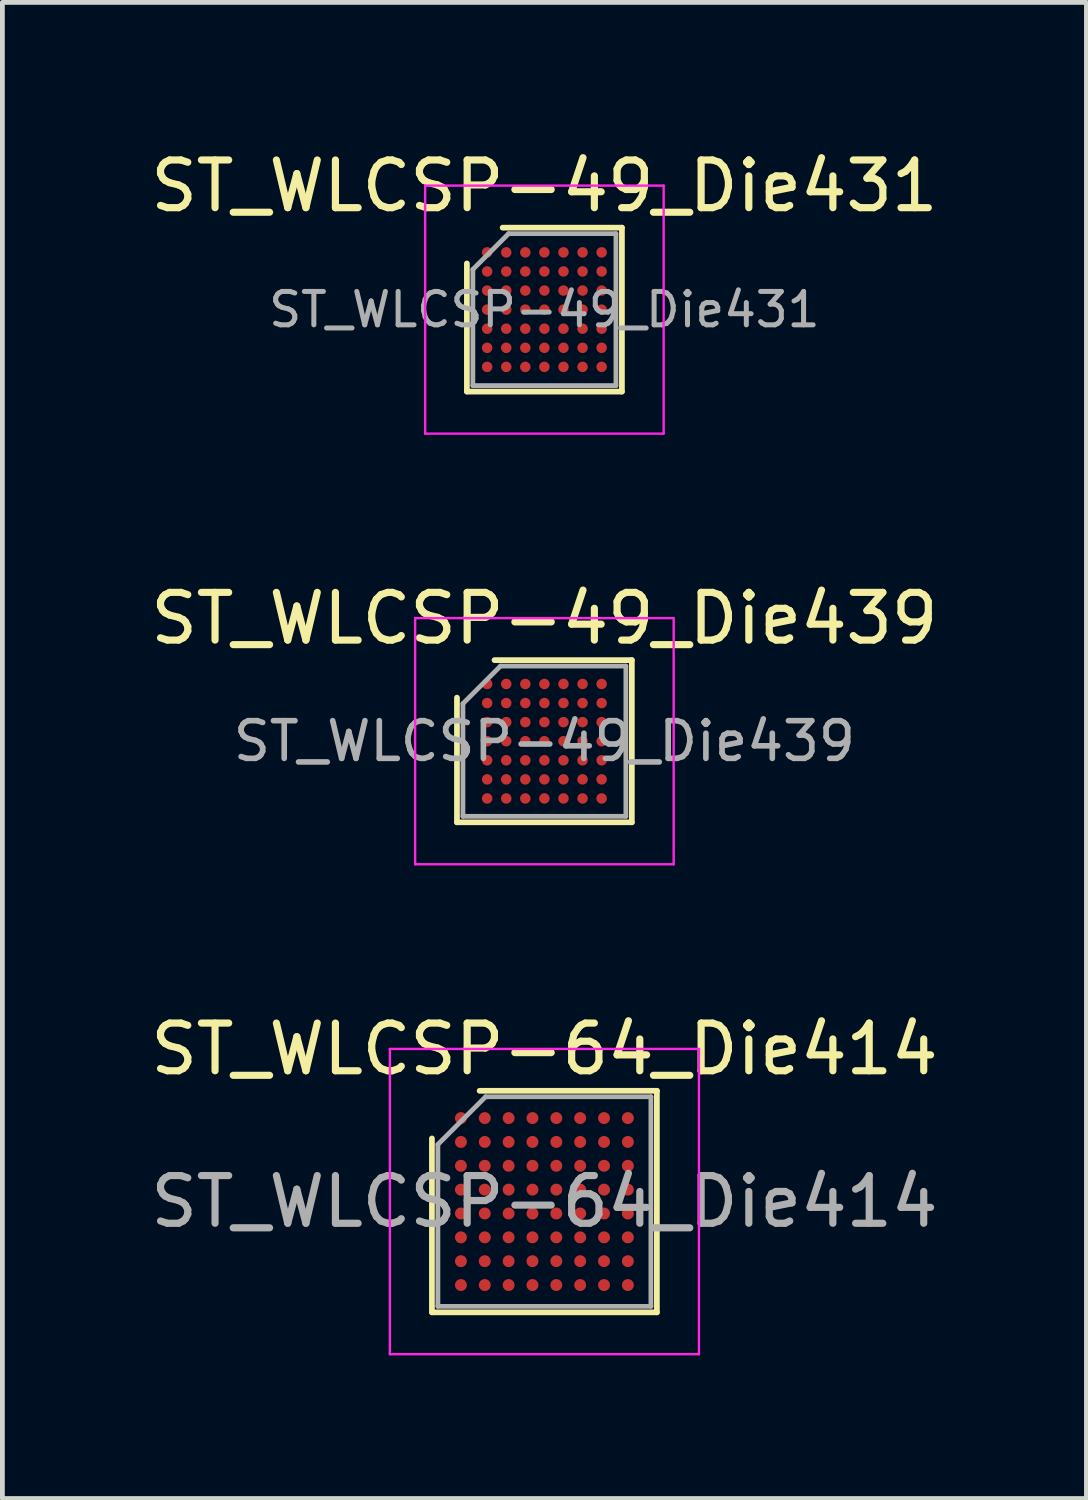
<source format=kicad_pcb>
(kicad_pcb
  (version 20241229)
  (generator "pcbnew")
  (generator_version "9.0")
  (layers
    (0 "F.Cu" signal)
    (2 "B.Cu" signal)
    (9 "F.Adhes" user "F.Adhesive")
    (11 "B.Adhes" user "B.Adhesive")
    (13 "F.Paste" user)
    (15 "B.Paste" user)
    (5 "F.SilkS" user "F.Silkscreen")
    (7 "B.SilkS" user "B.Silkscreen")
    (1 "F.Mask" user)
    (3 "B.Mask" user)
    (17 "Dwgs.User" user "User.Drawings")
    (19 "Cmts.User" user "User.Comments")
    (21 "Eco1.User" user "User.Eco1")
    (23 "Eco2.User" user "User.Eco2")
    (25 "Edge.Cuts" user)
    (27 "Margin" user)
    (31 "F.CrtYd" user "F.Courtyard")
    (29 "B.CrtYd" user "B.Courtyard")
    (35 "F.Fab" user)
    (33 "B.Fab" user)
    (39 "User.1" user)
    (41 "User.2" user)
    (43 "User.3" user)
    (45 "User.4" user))
  (footprint "ST_WLCSP-64_Die414"
    (layer "F.Cu")
    (at 8.363 22.14)
    (property "Reference" "ST_WLCSP-64_Die414" (at 0 -3.197 0) (layer "F.SilkS") (effects (font (size 1 1) (thickness 0.15))))
    (attr smd)
    (fp_line (start -2.358 2.322) (end -2.358 -1.323) (stroke (width 0.12) (type solid)) (layer "F.SilkS"))
    (fp_line (start -1.358 -2.322) (end 2.358 -2.322) (stroke (width 0.12) (type solid)) (layer "F.SilkS"))
    (fp_line (start 2.358 -2.322) (end 2.358 2.322) (stroke (width 0.12) (type solid)) (layer "F.SilkS"))
    (fp_line (start 2.358 2.322) (end -2.358 2.322) (stroke (width 0.12) (type solid)) (layer "F.SilkS"))
    (fp_line (start -3.24 -3.2) (end -3.24 3.2) (stroke (width 0.05) (type solid)) (layer "F.CrtYd"))
    (fp_line (start -3.24 3.2) (end 3.24 3.2) (stroke (width 0.05) (type solid)) (layer "F.CrtYd"))
    (fp_line (start 3.24 -3.2) (end -3.24 -3.2) (stroke (width 0.05) (type solid)) (layer "F.CrtYd"))
    (fp_line (start 3.24 3.2) (end 3.24 -3.2) (stroke (width 0.05) (type solid)) (layer "F.CrtYd"))
    (fp_line (start -2.233 -1.198) (end -1.233 -2.197) (stroke (width 0.1) (type solid)) (layer "F.Fab"))
    (fp_line (start -2.233 2.197) (end -2.233 -1.198) (stroke (width 0.1) (type solid)) (layer "F.Fab"))
    (fp_line (start -1.233 -2.197) (end 2.233 -2.197) (stroke (width 0.1) (type solid)) (layer "F.Fab"))
    (fp_line (start 2.233 -2.197) (end 2.233 2.197) (stroke (width 0.1) (type solid)) (layer "F.Fab"))
    (fp_line (start 2.233 2.197) (end -2.233 2.197) (stroke (width 0.1) (type solid)) (layer "F.Fab"))
    (fp_text user "${REFERENCE}" (at 0 0 0) (layer "F.Fab") (effects (font (size 1 1) (thickness 0.15))))
    (pad "A1" smd circle (at -1.75 -1.75) (size 0.25 0.25) (layers "F.Cu" "F.Mask" "F.Paste"))
    (pad "A2" smd circle (at -1.25 -1.75) (size 0.25 0.25) (layers "F.Cu" "F.Mask" "F.Paste"))
    (pad "A3" smd circle (at -0.75 -1.75) (size 0.25 0.25) (layers "F.Cu" "F.Mask" "F.Paste"))
    (pad "A4" smd circle (at -0.25 -1.75) (size 0.25 0.25) (layers "F.Cu" "F.Mask" "F.Paste"))
    (pad "A5" smd circle (at 0.25 -1.75) (size 0.25 0.25) (layers "F.Cu" "F.Mask" "F.Paste"))
    (pad "A6" smd circle (at 0.75 -1.75) (size 0.25 0.25) (layers "F.Cu" "F.Mask" "F.Paste"))
    (pad "A7" smd circle (at 1.25 -1.75) (size 0.25 0.25) (layers "F.Cu" "F.Mask" "F.Paste"))
    (pad "A8" smd circle (at 1.75 -1.75) (size 0.25 0.25) (layers "F.Cu" "F.Mask" "F.Paste"))
    (pad "B1" smd circle (at -1.75 -1.25) (size 0.25 0.25) (layers "F.Cu" "F.Mask" "F.Paste"))
    (pad "B2" smd circle (at -1.25 -1.25) (size 0.25 0.25) (layers "F.Cu" "F.Mask" "F.Paste"))
    (pad "B3" smd circle (at -0.75 -1.25) (size 0.25 0.25) (layers "F.Cu" "F.Mask" "F.Paste"))
    (pad "B4" smd circle (at -0.25 -1.25) (size 0.25 0.25) (layers "F.Cu" "F.Mask" "F.Paste"))
    (pad "B5" smd circle (at 0.25 -1.25) (size 0.25 0.25) (layers "F.Cu" "F.Mask" "F.Paste"))
    (pad "B6" smd circle (at 0.75 -1.25) (size 0.25 0.25) (layers "F.Cu" "F.Mask" "F.Paste"))
    (pad "B7" smd circle (at 1.25 -1.25) (size 0.25 0.25) (layers "F.Cu" "F.Mask" "F.Paste"))
    (pad "B8" smd circle (at 1.75 -1.25) (size 0.25 0.25) (layers "F.Cu" "F.Mask" "F.Paste"))
    (pad "C1" smd circle (at -1.75 -0.75) (size 0.25 0.25) (layers "F.Cu" "F.Mask" "F.Paste"))
    (pad "C2" smd circle (at -1.25 -0.75) (size 0.25 0.25) (layers "F.Cu" "F.Mask" "F.Paste"))
    (pad "C3" smd circle (at -0.75 -0.75) (size 0.25 0.25) (layers "F.Cu" "F.Mask" "F.Paste"))
    (pad "C4" smd circle (at -0.25 -0.75) (size 0.25 0.25) (layers "F.Cu" "F.Mask" "F.Paste"))
    (pad "C5" smd circle (at 0.25 -0.75) (size 0.25 0.25) (layers "F.Cu" "F.Mask" "F.Paste"))
    (pad "C6" smd circle (at 0.75 -0.75) (size 0.25 0.25) (layers "F.Cu" "F.Mask" "F.Paste"))
    (pad "C7" smd circle (at 1.25 -0.75) (size 0.25 0.25) (layers "F.Cu" "F.Mask" "F.Paste"))
    (pad "C8" smd circle (at 1.75 -0.75) (size 0.25 0.25) (layers "F.Cu" "F.Mask" "F.Paste"))
    (pad "D1" smd circle (at -1.75 -0.25) (size 0.25 0.25) (layers "F.Cu" "F.Mask" "F.Paste"))
    (pad "D2" smd circle (at -1.25 -0.25) (size 0.25 0.25) (layers "F.Cu" "F.Mask" "F.Paste"))
    (pad "D3" smd circle (at -0.75 -0.25) (size 0.25 0.25) (layers "F.Cu" "F.Mask" "F.Paste"))
    (pad "D4" smd circle (at -0.25 -0.25) (size 0.25 0.25) (layers "F.Cu" "F.Mask" "F.Paste"))
    (pad "D5" smd circle (at 0.25 -0.25) (size 0.25 0.25) (layers "F.Cu" "F.Mask" "F.Paste"))
    (pad "D6" smd circle (at 0.75 -0.25) (size 0.25 0.25) (layers "F.Cu" "F.Mask" "F.Paste"))
    (pad "D7" smd circle (at 1.25 -0.25) (size 0.25 0.25) (layers "F.Cu" "F.Mask" "F.Paste"))
    (pad "D8" smd circle (at 1.75 -0.25) (size 0.25 0.25) (layers "F.Cu" "F.Mask" "F.Paste"))
    (pad "E1" smd circle (at -1.75 0.25) (size 0.25 0.25) (layers "F.Cu" "F.Mask" "F.Paste"))
    (pad "E2" smd circle (at -1.25 0.25) (size 0.25 0.25) (layers "F.Cu" "F.Mask" "F.Paste"))
    (pad "E3" smd circle (at -0.75 0.25) (size 0.25 0.25) (layers "F.Cu" "F.Mask" "F.Paste"))
    (pad "E4" smd circle (at -0.25 0.25) (size 0.25 0.25) (layers "F.Cu" "F.Mask" "F.Paste"))
    (pad "E5" smd circle (at 0.25 0.25) (size 0.25 0.25) (layers "F.Cu" "F.Mask" "F.Paste"))
    (pad "E6" smd circle (at 0.75 0.25) (size 0.25 0.25) (layers "F.Cu" "F.Mask" "F.Paste"))
    (pad "E7" smd circle (at 1.25 0.25) (size 0.25 0.25) (layers "F.Cu" "F.Mask" "F.Paste"))
    (pad "E8" smd circle (at 1.75 0.25) (size 0.25 0.25) (layers "F.Cu" "F.Mask" "F.Paste"))
    (pad "F1" smd circle (at -1.75 0.75) (size 0.25 0.25) (layers "F.Cu" "F.Mask" "F.Paste"))
    (pad "F2" smd circle (at -1.25 0.75) (size 0.25 0.25) (layers "F.Cu" "F.Mask" "F.Paste"))
    (pad "F3" smd circle (at -0.75 0.75) (size 0.25 0.25) (layers "F.Cu" "F.Mask" "F.Paste"))
    (pad "F4" smd circle (at -0.25 0.75) (size 0.25 0.25) (layers "F.Cu" "F.Mask" "F.Paste"))
    (pad "F5" smd circle (at 0.25 0.75) (size 0.25 0.25) (layers "F.Cu" "F.Mask" "F.Paste"))
    (pad "F6" smd circle (at 0.75 0.75) (size 0.25 0.25) (layers "F.Cu" "F.Mask" "F.Paste"))
    (pad "F7" smd circle (at 1.25 0.75) (size 0.25 0.25) (layers "F.Cu" "F.Mask" "F.Paste"))
    (pad "F8" smd circle (at 1.75 0.75) (size 0.25 0.25) (layers "F.Cu" "F.Mask" "F.Paste"))
    (pad "G1" smd circle (at -1.75 1.25) (size 0.25 0.25) (layers "F.Cu" "F.Mask" "F.Paste"))
    (pad "G2" smd circle (at -1.25 1.25) (size 0.25 0.25) (layers "F.Cu" "F.Mask" "F.Paste"))
    (pad "G3" smd circle (at -0.75 1.25) (size 0.25 0.25) (layers "F.Cu" "F.Mask" "F.Paste"))
    (pad "G4" smd circle (at -0.25 1.25) (size 0.25 0.25) (layers "F.Cu" "F.Mask" "F.Paste"))
    (pad "G5" smd circle (at 0.25 1.25) (size 0.25 0.25) (layers "F.Cu" "F.Mask" "F.Paste"))
    (pad "G6" smd circle (at 0.75 1.25) (size 0.25 0.25) (layers "F.Cu" "F.Mask" "F.Paste"))
    (pad "G7" smd circle (at 1.25 1.25) (size 0.25 0.25) (layers "F.Cu" "F.Mask" "F.Paste"))
    (pad "G8" smd circle (at 1.75 1.25) (size 0.25 0.25) (layers "F.Cu" "F.Mask" "F.Paste"))
    (pad "H1" smd circle (at -1.75 1.75) (size 0.25 0.25) (layers "F.Cu" "F.Mask" "F.Paste"))
    (pad "H2" smd circle (at -1.25 1.75) (size 0.25 0.25) (layers "F.Cu" "F.Mask" "F.Paste"))
    (pad "H3" smd circle (at -0.75 1.75) (size 0.25 0.25) (layers "F.Cu" "F.Mask" "F.Paste"))
    (pad "H4" smd circle (at -0.25 1.75) (size 0.25 0.25) (layers "F.Cu" "F.Mask" "F.Paste"))
    (pad "H5" smd circle (at 0.25 1.75) (size 0.25 0.25) (layers "F.Cu" "F.Mask" "F.Paste"))
    (pad "H6" smd circle (at 0.75 1.75) (size 0.25 0.25) (layers "F.Cu" "F.Mask" "F.Paste"))
    (pad "H7" smd circle (at 1.25 1.75) (size 0.25 0.25) (layers "F.Cu" "F.Mask" "F.Paste"))
    (pad "H8" smd circle (at 1.75 1.75) (size 0.25 0.25) (layers "F.Cu" "F.Mask" "F.Paste")))
  (footprint "ST_WLCSP-49_Die431"
    (layer "F.Cu")
    (at 8.363 3.441)
    (property "Reference" "ST_WLCSP-49_Die431" (at 0 -2.592 0) (layer "F.SilkS") (effects (font (size 1 1) (thickness 0.15))))
    (attr smd)
    (fp_line (start -1.625 1.718) (end -1.625 -0.968) (stroke (width 0.12) (type solid)) (layer "F.SilkS"))
    (fp_line (start -0.875 -1.718) (end 1.625 -1.718) (stroke (width 0.12) (type solid)) (layer "F.SilkS"))
    (fp_line (start 1.625 -1.718) (end 1.625 1.718) (stroke (width 0.12) (type solid)) (layer "F.SilkS"))
    (fp_line (start 1.625 1.718) (end -1.625 1.718) (stroke (width 0.12) (type solid)) (layer "F.SilkS"))
    (fp_line (start -2.5 -2.6) (end -2.5 2.6) (stroke (width 0.05) (type solid)) (layer "F.CrtYd"))
    (fp_line (start -2.5 2.6) (end 2.5 2.6) (stroke (width 0.05) (type solid)) (layer "F.CrtYd"))
    (fp_line (start 2.5 -2.6) (end -2.5 -2.6) (stroke (width 0.05) (type solid)) (layer "F.CrtYd"))
    (fp_line (start 2.5 2.6) (end 2.5 -2.6) (stroke (width 0.05) (type solid)) (layer "F.CrtYd"))
    (fp_line (start -1.5 -0.843) (end -0.75 -1.593) (stroke (width 0.1) (type solid)) (layer "F.Fab"))
    (fp_line (start -1.5 1.593) (end -1.5 -0.843) (stroke (width 0.1) (type solid)) (layer "F.Fab"))
    (fp_line (start -0.75 -1.593) (end 1.5 -1.593) (stroke (width 0.1) (type solid)) (layer "F.Fab"))
    (fp_line (start 1.5 -1.593) (end 1.5 1.593) (stroke (width 0.1) (type solid)) (layer "F.Fab"))
    (fp_line (start 1.5 1.593) (end -1.5 1.593) (stroke (width 0.1) (type solid)) (layer "F.Fab"))
    (fp_text user "${REFERENCE}" (at 0 0 0) (layer "F.Fab") (effects (font (size 0.7 0.7) (thickness 0.105))))
    (pad "A1" smd circle (at -1.2 -1.2) (size 0.22 0.22) (layers "F.Cu" "F.Mask" "F.Paste"))
    (pad "A2" smd circle (at -0.8 -1.2) (size 0.22 0.22) (layers "F.Cu" "F.Mask" "F.Paste"))
    (pad "A3" smd circle (at -0.4 -1.2) (size 0.22 0.22) (layers "F.Cu" "F.Mask" "F.Paste"))
    (pad "A4" smd circle (at 0 -1.2) (size 0.22 0.22) (layers "F.Cu" "F.Mask" "F.Paste"))
    (pad "A5" smd circle (at 0.4 -1.2) (size 0.22 0.22) (layers "F.Cu" "F.Mask" "F.Paste"))
    (pad "A6" smd circle (at 0.8 -1.2) (size 0.22 0.22) (layers "F.Cu" "F.Mask" "F.Paste"))
    (pad "A7" smd circle (at 1.2 -1.2) (size 0.22 0.22) (layers "F.Cu" "F.Mask" "F.Paste"))
    (pad "B1" smd circle (at -1.2 -0.8) (size 0.22 0.22) (layers "F.Cu" "F.Mask" "F.Paste"))
    (pad "B2" smd circle (at -0.8 -0.8) (size 0.22 0.22) (layers "F.Cu" "F.Mask" "F.Paste"))
    (pad "B3" smd circle (at -0.4 -0.8) (size 0.22 0.22) (layers "F.Cu" "F.Mask" "F.Paste"))
    (pad "B4" smd circle (at 0 -0.8) (size 0.22 0.22) (layers "F.Cu" "F.Mask" "F.Paste"))
    (pad "B5" smd circle (at 0.4 -0.8) (size 0.22 0.22) (layers "F.Cu" "F.Mask" "F.Paste"))
    (pad "B6" smd circle (at 0.8 -0.8) (size 0.22 0.22) (layers "F.Cu" "F.Mask" "F.Paste"))
    (pad "B7" smd circle (at 1.2 -0.8) (size 0.22 0.22) (layers "F.Cu" "F.Mask" "F.Paste"))
    (pad "C1" smd circle (at -1.2 -0.4) (size 0.22 0.22) (layers "F.Cu" "F.Mask" "F.Paste"))
    (pad "C2" smd circle (at -0.8 -0.4) (size 0.22 0.22) (layers "F.Cu" "F.Mask" "F.Paste"))
    (pad "C3" smd circle (at -0.4 -0.4) (size 0.22 0.22) (layers "F.Cu" "F.Mask" "F.Paste"))
    (pad "C4" smd circle (at 0 -0.4) (size 0.22 0.22) (layers "F.Cu" "F.Mask" "F.Paste"))
    (pad "C5" smd circle (at 0.4 -0.4) (size 0.22 0.22) (layers "F.Cu" "F.Mask" "F.Paste"))
    (pad "C6" smd circle (at 0.8 -0.4) (size 0.22 0.22) (layers "F.Cu" "F.Mask" "F.Paste"))
    (pad "C7" smd circle (at 1.2 -0.4) (size 0.22 0.22) (layers "F.Cu" "F.Mask" "F.Paste"))
    (pad "D1" smd circle (at -1.2 0) (size 0.22 0.22) (layers "F.Cu" "F.Mask" "F.Paste"))
    (pad "D2" smd circle (at -0.8 0) (size 0.22 0.22) (layers "F.Cu" "F.Mask" "F.Paste"))
    (pad "D3" smd circle (at -0.4 0) (size 0.22 0.22) (layers "F.Cu" "F.Mask" "F.Paste"))
    (pad "D4" smd circle (at 0 0) (size 0.22 0.22) (layers "F.Cu" "F.Mask" "F.Paste"))
    (pad "D5" smd circle (at 0.4 0) (size 0.22 0.22) (layers "F.Cu" "F.Mask" "F.Paste"))
    (pad "D6" smd circle (at 0.8 0) (size 0.22 0.22) (layers "F.Cu" "F.Mask" "F.Paste"))
    (pad "D7" smd circle (at 1.2 0) (size 0.22 0.22) (layers "F.Cu" "F.Mask" "F.Paste"))
    (pad "E1" smd circle (at -1.2 0.4) (size 0.22 0.22) (layers "F.Cu" "F.Mask" "F.Paste"))
    (pad "E2" smd circle (at -0.8 0.4) (size 0.22 0.22) (layers "F.Cu" "F.Mask" "F.Paste"))
    (pad "E3" smd circle (at -0.4 0.4) (size 0.22 0.22) (layers "F.Cu" "F.Mask" "F.Paste"))
    (pad "E4" smd circle (at 0 0.4) (size 0.22 0.22) (layers "F.Cu" "F.Mask" "F.Paste"))
    (pad "E5" smd circle (at 0.4 0.4) (size 0.22 0.22) (layers "F.Cu" "F.Mask" "F.Paste"))
    (pad "E6" smd circle (at 0.8 0.4) (size 0.22 0.22) (layers "F.Cu" "F.Mask" "F.Paste"))
    (pad "E7" smd circle (at 1.2 0.4) (size 0.22 0.22) (layers "F.Cu" "F.Mask" "F.Paste"))
    (pad "F1" smd circle (at -1.2 0.8) (size 0.22 0.22) (layers "F.Cu" "F.Mask" "F.Paste"))
    (pad "F2" smd circle (at -0.8 0.8) (size 0.22 0.22) (layers "F.Cu" "F.Mask" "F.Paste"))
    (pad "F3" smd circle (at -0.4 0.8) (size 0.22 0.22) (layers "F.Cu" "F.Mask" "F.Paste"))
    (pad "F4" smd circle (at 0 0.8) (size 0.22 0.22) (layers "F.Cu" "F.Mask" "F.Paste"))
    (pad "F5" smd circle (at 0.4 0.8) (size 0.22 0.22) (layers "F.Cu" "F.Mask" "F.Paste"))
    (pad "F6" smd circle (at 0.8 0.8) (size 0.22 0.22) (layers "F.Cu" "F.Mask" "F.Paste"))
    (pad "F7" smd circle (at 1.2 0.8) (size 0.22 0.22) (layers "F.Cu" "F.Mask" "F.Paste"))
    (pad "G1" smd circle (at -1.2 1.2) (size 0.22 0.22) (layers "F.Cu" "F.Mask" "F.Paste"))
    (pad "G2" smd circle (at -0.8 1.2) (size 0.22 0.22) (layers "F.Cu" "F.Mask" "F.Paste"))
    (pad "G3" smd circle (at -0.4 1.2) (size 0.22 0.22) (layers "F.Cu" "F.Mask" "F.Paste"))
    (pad "G4" smd circle (at 0 1.2) (size 0.22 0.22) (layers "F.Cu" "F.Mask" "F.Paste"))
    (pad "G5" smd circle (at 0.4 1.2) (size 0.22 0.22) (layers "F.Cu" "F.Mask" "F.Paste"))
    (pad "G6" smd circle (at 0.8 1.2) (size 0.22 0.22) (layers "F.Cu" "F.Mask" "F.Paste"))
    (pad "G7" smd circle (at 1.2 1.2) (size 0.22 0.22) (layers "F.Cu" "F.Mask" "F.Paste")))
  (footprint "ST_WLCSP-49_Die439"
    (layer "F.Cu")
    (at 8.363 12.489)
    (property "Reference" "ST_WLCSP-49_Die439" (at 0 -2.575 0) (layer "F.SilkS") (effects (font (size 1 1) (thickness 0.15))))
    (attr smd)
    (fp_line (start -1.833 1.7) (end -1.833 -0.913) (stroke (width 0.12) (type solid)) (layer "F.SilkS"))
    (fp_line (start -1.046 -1.7) (end 1.833 -1.7) (stroke (width 0.12) (type solid)) (layer "F.SilkS"))
    (fp_line (start 1.833 -1.7) (end 1.833 1.7) (stroke (width 0.12) (type solid)) (layer "F.SilkS"))
    (fp_line (start 1.833 1.7) (end -1.833 1.7) (stroke (width 0.12) (type solid)) (layer "F.SilkS"))
    (fp_line (start -2.71 -2.58) (end -2.71 2.58) (stroke (width 0.05) (type solid)) (layer "F.CrtYd"))
    (fp_line (start -2.71 2.58) (end 2.71 2.58) (stroke (width 0.05) (type solid)) (layer "F.CrtYd"))
    (fp_line (start 2.71 -2.58) (end -2.71 -2.58) (stroke (width 0.05) (type solid)) (layer "F.CrtYd"))
    (fp_line (start 2.71 2.58) (end 2.71 -2.58) (stroke (width 0.05) (type solid)) (layer "F.CrtYd"))
    (fp_line (start -1.708 -0.788) (end -0.921 -1.575) (stroke (width 0.1) (type solid)) (layer "F.Fab"))
    (fp_line (start -1.708 1.575) (end -1.708 -0.788) (stroke (width 0.1) (type solid)) (layer "F.Fab"))
    (fp_line (start -0.921 -1.575) (end 1.708 -1.575) (stroke (width 0.1) (type solid)) (layer "F.Fab"))
    (fp_line (start 1.708 -1.575) (end 1.708 1.575) (stroke (width 0.1) (type solid)) (layer "F.Fab"))
    (fp_line (start 1.708 1.575) (end -1.708 1.575) (stroke (width 0.1) (type solid)) (layer "F.Fab"))
    (fp_text user "${REFERENCE}" (at 0 0 0) (layer "F.Fab") (effects (font (size 0.79 0.79) (thickness 0.118))))
    (pad "A1" smd circle (at -1.2 -1.2) (size 0.22 0.22) (layers "F.Cu" "F.Mask" "F.Paste"))
    (pad "A2" smd circle (at -0.8 -1.2) (size 0.22 0.22) (layers "F.Cu" "F.Mask" "F.Paste"))
    (pad "A3" smd circle (at -0.4 -1.2) (size 0.22 0.22) (layers "F.Cu" "F.Mask" "F.Paste"))
    (pad "A4" smd circle (at 0 -1.2) (size 0.22 0.22) (layers "F.Cu" "F.Mask" "F.Paste"))
    (pad "A5" smd circle (at 0.4 -1.2) (size 0.22 0.22) (layers "F.Cu" "F.Mask" "F.Paste"))
    (pad "A6" smd circle (at 0.8 -1.2) (size 0.22 0.22) (layers "F.Cu" "F.Mask" "F.Paste"))
    (pad "A7" smd circle (at 1.2 -1.2) (size 0.22 0.22) (layers "F.Cu" "F.Mask" "F.Paste"))
    (pad "B1" smd circle (at -1.2 -0.8) (size 0.22 0.22) (layers "F.Cu" "F.Mask" "F.Paste"))
    (pad "B2" smd circle (at -0.8 -0.8) (size 0.22 0.22) (layers "F.Cu" "F.Mask" "F.Paste"))
    (pad "B3" smd circle (at -0.4 -0.8) (size 0.22 0.22) (layers "F.Cu" "F.Mask" "F.Paste"))
    (pad "B4" smd circle (at 0 -0.8) (size 0.22 0.22) (layers "F.Cu" "F.Mask" "F.Paste"))
    (pad "B5" smd circle (at 0.4 -0.8) (size 0.22 0.22) (layers "F.Cu" "F.Mask" "F.Paste"))
    (pad "B6" smd circle (at 0.8 -0.8) (size 0.22 0.22) (layers "F.Cu" "F.Mask" "F.Paste"))
    (pad "B7" smd circle (at 1.2 -0.8) (size 0.22 0.22) (layers "F.Cu" "F.Mask" "F.Paste"))
    (pad "C1" smd circle (at -1.2 -0.4) (size 0.22 0.22) (layers "F.Cu" "F.Mask" "F.Paste"))
    (pad "C2" smd circle (at -0.8 -0.4) (size 0.22 0.22) (layers "F.Cu" "F.Mask" "F.Paste"))
    (pad "C3" smd circle (at -0.4 -0.4) (size 0.22 0.22) (layers "F.Cu" "F.Mask" "F.Paste"))
    (pad "C4" smd circle (at 0 -0.4) (size 0.22 0.22) (layers "F.Cu" "F.Mask" "F.Paste"))
    (pad "C5" smd circle (at 0.4 -0.4) (size 0.22 0.22) (layers "F.Cu" "F.Mask" "F.Paste"))
    (pad "C6" smd circle (at 0.8 -0.4) (size 0.22 0.22) (layers "F.Cu" "F.Mask" "F.Paste"))
    (pad "C7" smd circle (at 1.2 -0.4) (size 0.22 0.22) (layers "F.Cu" "F.Mask" "F.Paste"))
    (pad "D1" smd circle (at -1.2 0) (size 0.22 0.22) (layers "F.Cu" "F.Mask" "F.Paste"))
    (pad "D2" smd circle (at -0.8 0) (size 0.22 0.22) (layers "F.Cu" "F.Mask" "F.Paste"))
    (pad "D3" smd circle (at -0.4 0) (size 0.22 0.22) (layers "F.Cu" "F.Mask" "F.Paste"))
    (pad "D4" smd circle (at 0 0) (size 0.22 0.22) (layers "F.Cu" "F.Mask" "F.Paste"))
    (pad "D5" smd circle (at 0.4 0) (size 0.22 0.22) (layers "F.Cu" "F.Mask" "F.Paste"))
    (pad "D6" smd circle (at 0.8 0) (size 0.22 0.22) (layers "F.Cu" "F.Mask" "F.Paste"))
    (pad "D7" smd circle (at 1.2 0) (size 0.22 0.22) (layers "F.Cu" "F.Mask" "F.Paste"))
    (pad "E1" smd circle (at -1.2 0.4) (size 0.22 0.22) (layers "F.Cu" "F.Mask" "F.Paste"))
    (pad "E2" smd circle (at -0.8 0.4) (size 0.22 0.22) (layers "F.Cu" "F.Mask" "F.Paste"))
    (pad "E3" smd circle (at -0.4 0.4) (size 0.22 0.22) (layers "F.Cu" "F.Mask" "F.Paste"))
    (pad "E4" smd circle (at 0 0.4) (size 0.22 0.22) (layers "F.Cu" "F.Mask" "F.Paste"))
    (pad "E5" smd circle (at 0.4 0.4) (size 0.22 0.22) (layers "F.Cu" "F.Mask" "F.Paste"))
    (pad "E6" smd circle (at 0.8 0.4) (size 0.22 0.22) (layers "F.Cu" "F.Mask" "F.Paste"))
    (pad "E7" smd circle (at 1.2 0.4) (size 0.22 0.22) (layers "F.Cu" "F.Mask" "F.Paste"))
    (pad "F1" smd circle (at -1.2 0.8) (size 0.22 0.22) (layers "F.Cu" "F.Mask" "F.Paste"))
    (pad "F2" smd circle (at -0.8 0.8) (size 0.22 0.22) (layers "F.Cu" "F.Mask" "F.Paste"))
    (pad "F3" smd circle (at -0.4 0.8) (size 0.22 0.22) (layers "F.Cu" "F.Mask" "F.Paste"))
    (pad "F4" smd circle (at 0 0.8) (size 0.22 0.22) (layers "F.Cu" "F.Mask" "F.Paste"))
    (pad "F5" smd circle (at 0.4 0.8) (size 0.22 0.22) (layers "F.Cu" "F.Mask" "F.Paste"))
    (pad "F6" smd circle (at 0.8 0.8) (size 0.22 0.22) (layers "F.Cu" "F.Mask" "F.Paste"))
    (pad "F7" smd circle (at 1.2 0.8) (size 0.22 0.22) (layers "F.Cu" "F.Mask" "F.Paste"))
    (pad "G1" smd circle (at -1.2 1.2) (size 0.22 0.22) (layers "F.Cu" "F.Mask" "F.Paste"))
    (pad "G2" smd circle (at -0.8 1.2) (size 0.22 0.22) (layers "F.Cu" "F.Mask" "F.Paste"))
    (pad "G3" smd circle (at -0.4 1.2) (size 0.22 0.22) (layers "F.Cu" "F.Mask" "F.Paste"))
    (pad "G4" smd circle (at 0 1.2) (size 0.22 0.22) (layers "F.Cu" "F.Mask" "F.Paste"))
    (pad "G5" smd circle (at 0.4 1.2) (size 0.22 0.22) (layers "F.Cu" "F.Mask" "F.Paste"))
    (pad "G6" smd circle (at 0.8 1.2) (size 0.22 0.22) (layers "F.Cu" "F.Mask" "F.Paste"))
    (pad "G7" smd circle (at 1.2 1.2) (size 0.22 0.22) (layers "F.Cu" "F.Mask" "F.Paste")))
  (gr_rect
    (start -3 -3)
    (end 19.726 28.365)
    (stroke (width 0.1) (type default))
    (fill no)
    (layer "Edge.Cuts")))
</source>
